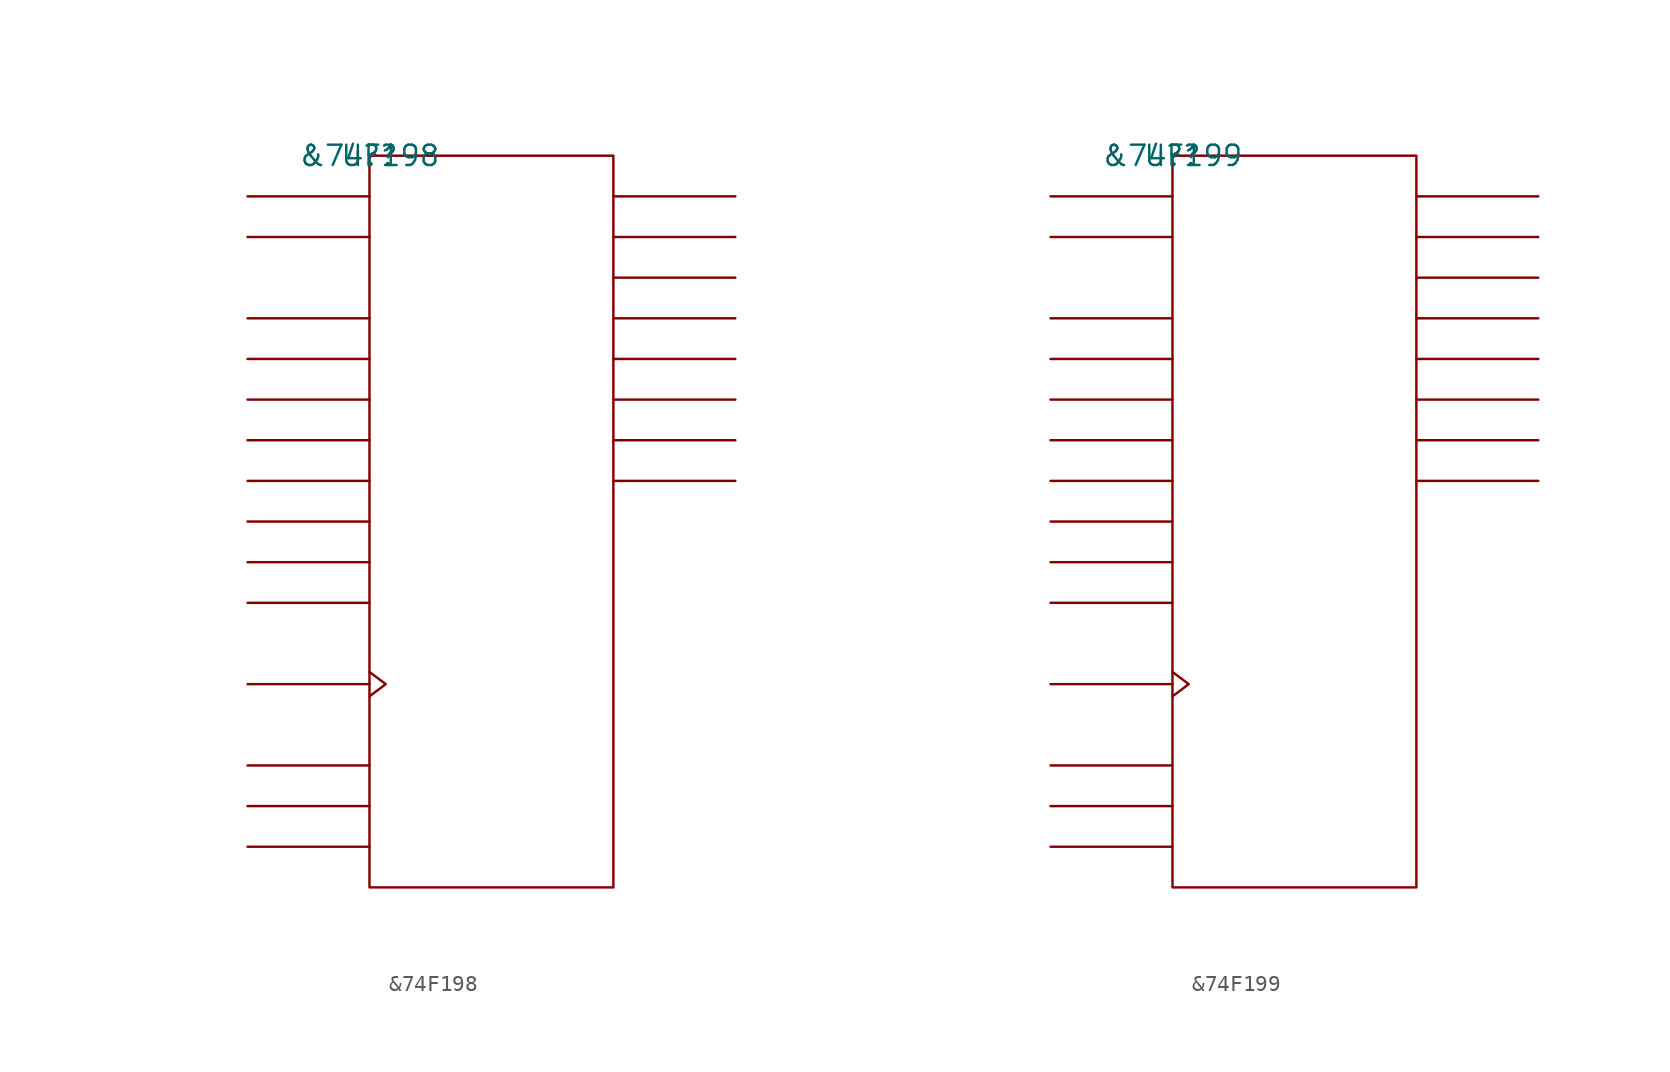
<source format=kicad_sym>
(kicad_symbol_lib
  (version 20211014)
  (generator kicad_symbol_editor)
  (symbol "&74F198"
    (pin_names
      (offset 0.762))
    (property "Reference" "U?"
      (at 0 0 0)
      (effects (font (size 1.27 1.27))))
    (property "Value" "&74F198"
      (at 0 0 0)
      (effects (font (size 1.27 1.27))))
    (symbol "&74F198_0_1"
      (rectangle (start 0 -45.72) (end 15.24 0) (stroke (width 0) (type default) (color 0 0 0 0)) (fill (type none)))
      (polyline (pts (xy 0 -43.18) (xy -7.62 -43.18)) (stroke (width 0) (type default) (color 0 0 0 0)) (fill (type none)))
      (polyline (pts (xy 0 -40.64) (xy -7.62 -40.64)) (stroke (width 0) (type default) (color 0 0 0 0)) (fill (type none)))
      (polyline (pts (xy 0 -38.1) (xy -7.62 -38.1)) (stroke (width 0) (type default) (color 0 0 0 0)) (fill (type none)))
      (polyline (pts (xy 0 -33.02) (xy -7.62 -33.02)) (stroke (width 0) (type default) (color 0 0 0 0)) (fill (type none)))
      (polyline (pts (xy 0 -27.94) (xy -7.62 -27.94)) (stroke (width 0) (type default) (color 0 0 0 0)) (fill (type none)))
      (polyline (pts (xy 0 -25.4) (xy -7.62 -25.4)) (stroke (width 0) (type default) (color 0 0 0 0)) (fill (type none)))
      (polyline (pts (xy 0 -22.86) (xy -7.62 -22.86)) (stroke (width 0) (type default) (color 0 0 0 0)) (fill (type none)))
      (polyline (pts (xy 0 -20.32) (xy -7.62 -20.32)) (stroke (width 0) (type default) (color 0 0 0 0)) (fill (type none)))
      (polyline (pts (xy 0 -17.78) (xy -7.62 -17.78)) (stroke (width 0) (type default) (color 0 0 0 0)) (fill (type none)))
      (polyline (pts (xy 0 -15.24) (xy -7.62 -15.24)) (stroke (width 0) (type default) (color 0 0 0 0)) (fill (type none)))
      (polyline (pts (xy 0 -12.7) (xy -7.62 -12.7)) (stroke (width 0) (type default) (color 0 0 0 0)) (fill (type none)))
      (polyline (pts (xy 0 -10.16) (xy -7.62 -10.16)) (stroke (width 0) (type default) (color 0 0 0 0)) (fill (type none)))
      (polyline (pts (xy 0 -5.08) (xy -7.62 -5.08)) (stroke (width 0) (type default) (color 0 0 0 0)) (fill (type none)))
      (polyline (pts (xy 0 -2.54) (xy -7.62 -2.54)) (stroke (width 0) (type default) (color 0 0 0 0)) (fill (type none)))
      (polyline (pts (xy 15.24 -20.32) (xy 22.86 -20.32)) (stroke (width 0) (type default) (color 0 0 0 0)) (fill (type none)))
      (polyline (pts (xy 15.24 -17.78) (xy 22.86 -17.78)) (stroke (width 0) (type default) (color 0 0 0 0)) (fill (type none)))
      (polyline (pts (xy 15.24 -15.24) (xy 22.86 -15.24)) (stroke (width 0) (type default) (color 0 0 0 0)) (fill (type none)))
      (polyline (pts (xy 15.24 -12.7) (xy 22.86 -12.7)) (stroke (width 0) (type default) (color 0 0 0 0)) (fill (type none)))
      (polyline (pts (xy 15.24 -10.16) (xy 22.86 -10.16)) (stroke (width 0) (type default) (color 0 0 0 0)) (fill (type none)))
      (polyline (pts (xy 15.24 -7.62) (xy 22.86 -7.62)) (stroke (width 0) (type default) (color 0 0 0 0)) (fill (type none)))
      (polyline (pts (xy 15.24 -5.08) (xy 22.86 -5.08)) (stroke (width 0) (type default) (color 0 0 0 0)) (fill (type none)))
      (polyline (pts (xy 15.24 -2.54) (xy 22.86 -2.54)) (stroke (width 0) (type default) (color 0 0 0 0)) (fill (type none)))
      (polyline (pts (xy 0 -32.258) (xy 1.016 -33.02) (xy 0 -33.782)) (stroke (width 0) (type default) (color 0 0 0 0)) (fill (type none))))
    (symbol "&74F198_1_1"
      (pin unspecified line (at -7.62 -40.64 0) (length 7.62) hide (name "S0" (effects (font (size 1.245 1.245)))) (number "1" (effects (font (size 1.245 1.245)))))
      (pin unspecified line (at 22.86 -10.16 180) (length 7.62) hide (name "QD" (effects (font (size 1.245 1.245)))) (number "10" (effects (font (size 1.245 1.245)))))
      (pin unspecified line (at -7.62 -33.02 180) (length 7.62) hide (name "CLK" (effects (font (size 1.245 1.245)))) (number "11" (effects (font (size 1.245 1.245)))))
      (pin power_in line (at 7.62 -45.72 180) (length 7.62) hide (name "GND" (effects (font (size 1.245 1.245)))) (number "12" (effects (font (size 1.245 1.245)))))
      (pin unspecified line (at -7.62 -38.1 0) (length 7.62) hide (name "C\\L\\R\\" (effects (font (size 1.245 1.245)))) (number "13" (effects (font (size 1.245 1.245)))))
      (pin unspecified line (at 22.86 -12.7 180) (length 7.62) hide (name "QE" (effects (font (size 1.245 1.245)))) (number "14" (effects (font (size 1.245 1.245)))))
      (pin unspecified line (at -7.62 -20.32 0) (length 7.62) hide (name "E" (effects (font (size 1.245 1.245)))) (number "15" (effects (font (size 1.245 1.245)))))
      (pin unspecified line (at 22.86 -15.24 180) (length 7.62) hide (name "QF" (effects (font (size 1.245 1.245)))) (number "16" (effects (font (size 1.245 1.245)))))
      (pin unspecified line (at -7.62 -22.86 0) (length 7.62) hide (name "F" (effects (font (size 1.245 1.245)))) (number "17" (effects (font (size 1.245 1.245)))))
      (pin unspecified line (at 22.86 -17.78 180) (length 7.62) hide (name "QG" (effects (font (size 1.245 1.245)))) (number "18" (effects (font (size 1.245 1.245)))))
      (pin unspecified line (at -7.62 -25.4 0) (length 7.62) hide (name "G" (effects (font (size 1.245 1.245)))) (number "19" (effects (font (size 1.245 1.245)))))
      (pin unspecified line (at -7.62 -2.54 0) (length 7.62) hide (name "SR" (effects (font (size 1.245 1.245)))) (number "2" (effects (font (size 1.245 1.245)))))
      (pin unspecified line (at 22.86 -20.32 180) (length 7.62) hide (name "QH" (effects (font (size 1.245 1.245)))) (number "20" (effects (font (size 1.245 1.245)))))
      (pin unspecified line (at -7.62 -27.94 0) (length 7.62) hide (name "H" (effects (font (size 1.245 1.245)))) (number "21" (effects (font (size 1.245 1.245)))))
      (pin unspecified line (at -7.62 -5.08 0) (length 7.62) hide (name "SL" (effects (font (size 1.245 1.245)))) (number "22" (effects (font (size 1.245 1.245)))))
      (pin unspecified line (at -7.62 -43.18 0) (length 7.62) hide (name "S1" (effects (font (size 1.245 1.245)))) (number "23" (effects (font (size 1.245 1.245)))))
      (pin power_in line (at 7.62 0 180) (length 7.62) hide (name "VCC" (effects (font (size 1.245 1.245)))) (number "24" (effects (font (size 1.245 1.245)))))
      (pin unspecified line (at -7.62 -10.16 0) (length 7.62) hide (name "A" (effects (font (size 1.245 1.245)))) (number "3" (effects (font (size 1.245 1.245)))))
      (pin unspecified line (at 22.86 -2.54 180) (length 7.62) hide (name "QA" (effects (font (size 1.245 1.245)))) (number "4" (effects (font (size 1.245 1.245)))))
      (pin unspecified line (at -7.62 -12.7 0) (length 7.62) hide (name "B" (effects (font (size 1.245 1.245)))) (number "5" (effects (font (size 1.245 1.245)))))
      (pin unspecified line (at 22.86 -5.08 180) (length 7.62) hide (name "QB" (effects (font (size 1.245 1.245)))) (number "6" (effects (font (size 1.245 1.245)))))
      (pin unspecified line (at -7.62 -15.24 0) (length 7.62) hide (name "C" (effects (font (size 1.245 1.245)))) (number "7" (effects (font (size 1.245 1.245)))))
      (pin unspecified line (at 22.86 -7.62 180) (length 7.62) hide (name "QC" (effects (font (size 1.245 1.245)))) (number "8" (effects (font (size 1.245 1.245)))))
      (pin unspecified line (at -7.62 -17.78 0) (length 7.62) hide (name "D" (effects (font (size 1.245 1.245)))) (number "9" (effects (font (size 1.245 1.245)))))))
  (symbol "&74F199"
    (pin_names
      (offset 0.762))
    (property "Reference" "U?"
      (at 0 0 0)
      (effects (font (size 1.27 1.27))))
    (property "Value" "&74F199"
      (at 0 0 0)
      (effects (font (size 1.27 1.27))))
    (symbol "&74F199_0_1"
      (rectangle (start 0 -45.72) (end 15.24 0) (stroke (width 0) (type default) (color 0 0 0 0)) (fill (type none)))
      (polyline (pts (xy 0 -43.18) (xy -7.62 -43.18)) (stroke (width 0) (type default) (color 0 0 0 0)) (fill (type none)))
      (polyline (pts (xy 0 -40.64) (xy -7.62 -40.64)) (stroke (width 0) (type default) (color 0 0 0 0)) (fill (type none)))
      (polyline (pts (xy 0 -38.1) (xy -7.62 -38.1)) (stroke (width 0) (type default) (color 0 0 0 0)) (fill (type none)))
      (polyline (pts (xy 0 -33.02) (xy -7.62 -33.02)) (stroke (width 0) (type default) (color 0 0 0 0)) (fill (type none)))
      (polyline (pts (xy 0 -27.94) (xy -7.62 -27.94)) (stroke (width 0) (type default) (color 0 0 0 0)) (fill (type none)))
      (polyline (pts (xy 0 -25.4) (xy -7.62 -25.4)) (stroke (width 0) (type default) (color 0 0 0 0)) (fill (type none)))
      (polyline (pts (xy 0 -22.86) (xy -7.62 -22.86)) (stroke (width 0) (type default) (color 0 0 0 0)) (fill (type none)))
      (polyline (pts (xy 0 -20.32) (xy -7.62 -20.32)) (stroke (width 0) (type default) (color 0 0 0 0)) (fill (type none)))
      (polyline (pts (xy 0 -17.78) (xy -7.62 -17.78)) (stroke (width 0) (type default) (color 0 0 0 0)) (fill (type none)))
      (polyline (pts (xy 0 -15.24) (xy -7.62 -15.24)) (stroke (width 0) (type default) (color 0 0 0 0)) (fill (type none)))
      (polyline (pts (xy 0 -12.7) (xy -7.62 -12.7)) (stroke (width 0) (type default) (color 0 0 0 0)) (fill (type none)))
      (polyline (pts (xy 0 -10.16) (xy -7.62 -10.16)) (stroke (width 0) (type default) (color 0 0 0 0)) (fill (type none)))
      (polyline (pts (xy 0 -5.08) (xy -7.62 -5.08)) (stroke (width 0) (type default) (color 0 0 0 0)) (fill (type none)))
      (polyline (pts (xy 0 -2.54) (xy -7.62 -2.54)) (stroke (width 0) (type default) (color 0 0 0 0)) (fill (type none)))
      (polyline (pts (xy 15.24 -20.32) (xy 22.86 -20.32)) (stroke (width 0) (type default) (color 0 0 0 0)) (fill (type none)))
      (polyline (pts (xy 15.24 -17.78) (xy 22.86 -17.78)) (stroke (width 0) (type default) (color 0 0 0 0)) (fill (type none)))
      (polyline (pts (xy 15.24 -15.24) (xy 22.86 -15.24)) (stroke (width 0) (type default) (color 0 0 0 0)) (fill (type none)))
      (polyline (pts (xy 15.24 -12.7) (xy 22.86 -12.7)) (stroke (width 0) (type default) (color 0 0 0 0)) (fill (type none)))
      (polyline (pts (xy 15.24 -10.16) (xy 22.86 -10.16)) (stroke (width 0) (type default) (color 0 0 0 0)) (fill (type none)))
      (polyline (pts (xy 15.24 -7.62) (xy 22.86 -7.62)) (stroke (width 0) (type default) (color 0 0 0 0)) (fill (type none)))
      (polyline (pts (xy 15.24 -5.08) (xy 22.86 -5.08)) (stroke (width 0) (type default) (color 0 0 0 0)) (fill (type none)))
      (polyline (pts (xy 15.24 -2.54) (xy 22.86 -2.54)) (stroke (width 0) (type default) (color 0 0 0 0)) (fill (type none)))
      (polyline (pts (xy 0 -32.258) (xy 1.016 -33.02) (xy 0 -33.782)) (stroke (width 0) (type default) (color 0 0 0 0)) (fill (type none))))
    (symbol "&74F199_1_1"
      (pin unspecified line (at -7.62 -5.08 0) (length 7.62) hide (name "K\\" (effects (font (size 1.245 1.245)))) (number "1" (effects (font (size 1.245 1.245)))))
      (pin unspecified line (at 22.86 -10.16 180) (length 7.62) hide (name "QD" (effects (font (size 1.245 1.245)))) (number "10" (effects (font (size 1.245 1.245)))))
      (pin unspecified line (at -7.62 -38.1 0) (length 7.62) hide (name "C\\K\\E\\" (effects (font (size 1.245 1.245)))) (number "11" (effects (font (size 1.245 1.245)))))
      (pin power_in line (at 10.16 -45.72 180) (length 7.62) hide (name "GND" (effects (font (size 1.245 1.245)))) (number "12" (effects (font (size 1.245 1.245)))))
      (pin unspecified line (at -7.62 -33.02 180) (length 7.62) hide (name "CLK" (effects (font (size 1.245 1.245)))) (number "13" (effects (font (size 1.245 1.245)))))
      (pin unspecified line (at -7.62 -40.64 0) (length 7.62) hide (name "C\\L\\R\\" (effects (font (size 1.245 1.245)))) (number "14" (effects (font (size 1.245 1.245)))))
      (pin unspecified line (at 22.86 -12.7 180) (length 7.62) hide (name "QE" (effects (font (size 1.245 1.245)))) (number "15" (effects (font (size 1.245 1.245)))))
      (pin unspecified line (at -7.62 -20.32 0) (length 7.62) hide (name "E" (effects (font (size 1.245 1.245)))) (number "16" (effects (font (size 1.245 1.245)))))
      (pin unspecified line (at 22.86 -15.24 180) (length 7.62) hide (name "QF" (effects (font (size 1.245 1.245)))) (number "17" (effects (font (size 1.245 1.245)))))
      (pin unspecified line (at -7.62 -22.86 0) (length 7.62) hide (name "F" (effects (font (size 1.245 1.245)))) (number "18" (effects (font (size 1.245 1.245)))))
      (pin unspecified line (at 22.86 -17.78 180) (length 7.62) hide (name "QG" (effects (font (size 1.245 1.245)))) (number "19" (effects (font (size 1.245 1.245)))))
      (pin unspecified line (at -7.62 -2.54 0) (length 7.62) hide (name "J" (effects (font (size 1.245 1.245)))) (number "2" (effects (font (size 1.245 1.245)))))
      (pin unspecified line (at -7.62 -25.4 0) (length 7.62) hide (name "G" (effects (font (size 1.245 1.245)))) (number "20" (effects (font (size 1.245 1.245)))))
      (pin unspecified line (at 22.86 -20.32 180) (length 7.62) hide (name "QH" (effects (font (size 1.245 1.245)))) (number "21" (effects (font (size 1.245 1.245)))))
      (pin unspecified line (at -7.62 -27.94 0) (length 7.62) hide (name "H" (effects (font (size 1.245 1.245)))) (number "22" (effects (font (size 1.245 1.245)))))
      (pin unspecified line (at -7.62 -43.18 0) (length 7.62) hide (name "P\\E\\" (effects (font (size 1.245 1.245)))) (number "23" (effects (font (size 1.245 1.245)))))
      (pin power_in line (at 5.08 0 180) (length 7.62) hide (name "VCC" (effects (font (size 1.245 1.245)))) (number "24" (effects (font (size 1.245 1.245)))))
      (pin unspecified line (at -7.62 -10.16 0) (length 7.62) hide (name "A" (effects (font (size 1.245 1.245)))) (number "3" (effects (font (size 1.245 1.245)))))
      (pin unspecified line (at 22.86 -2.54 180) (length 7.62) hide (name "QA" (effects (font (size 1.245 1.245)))) (number "4" (effects (font (size 1.245 1.245)))))
      (pin unspecified line (at -7.62 -12.7 0) (length 7.62) hide (name "B" (effects (font (size 1.245 1.245)))) (number "5" (effects (font (size 1.245 1.245)))))
      (pin unspecified line (at 22.86 -5.08 180) (length 7.62) hide (name "QB" (effects (font (size 1.245 1.245)))) (number "6" (effects (font (size 1.245 1.245)))))
      (pin unspecified line (at -7.62 -15.24 0) (length 7.62) hide (name "C" (effects (font (size 1.245 1.245)))) (number "7" (effects (font (size 1.245 1.245)))))
      (pin unspecified line (at 22.86 -7.62 180) (length 7.62) hide (name "QC" (effects (font (size 1.245 1.245)))) (number "8" (effects (font (size 1.245 1.245)))))
      (pin unspecified line (at -7.62 -17.78 0) (length 7.62) hide (name "D" (effects (font (size 1.245 1.245)))) (number "9" (effects (font (size 1.245 1.245))))))))
</source>
